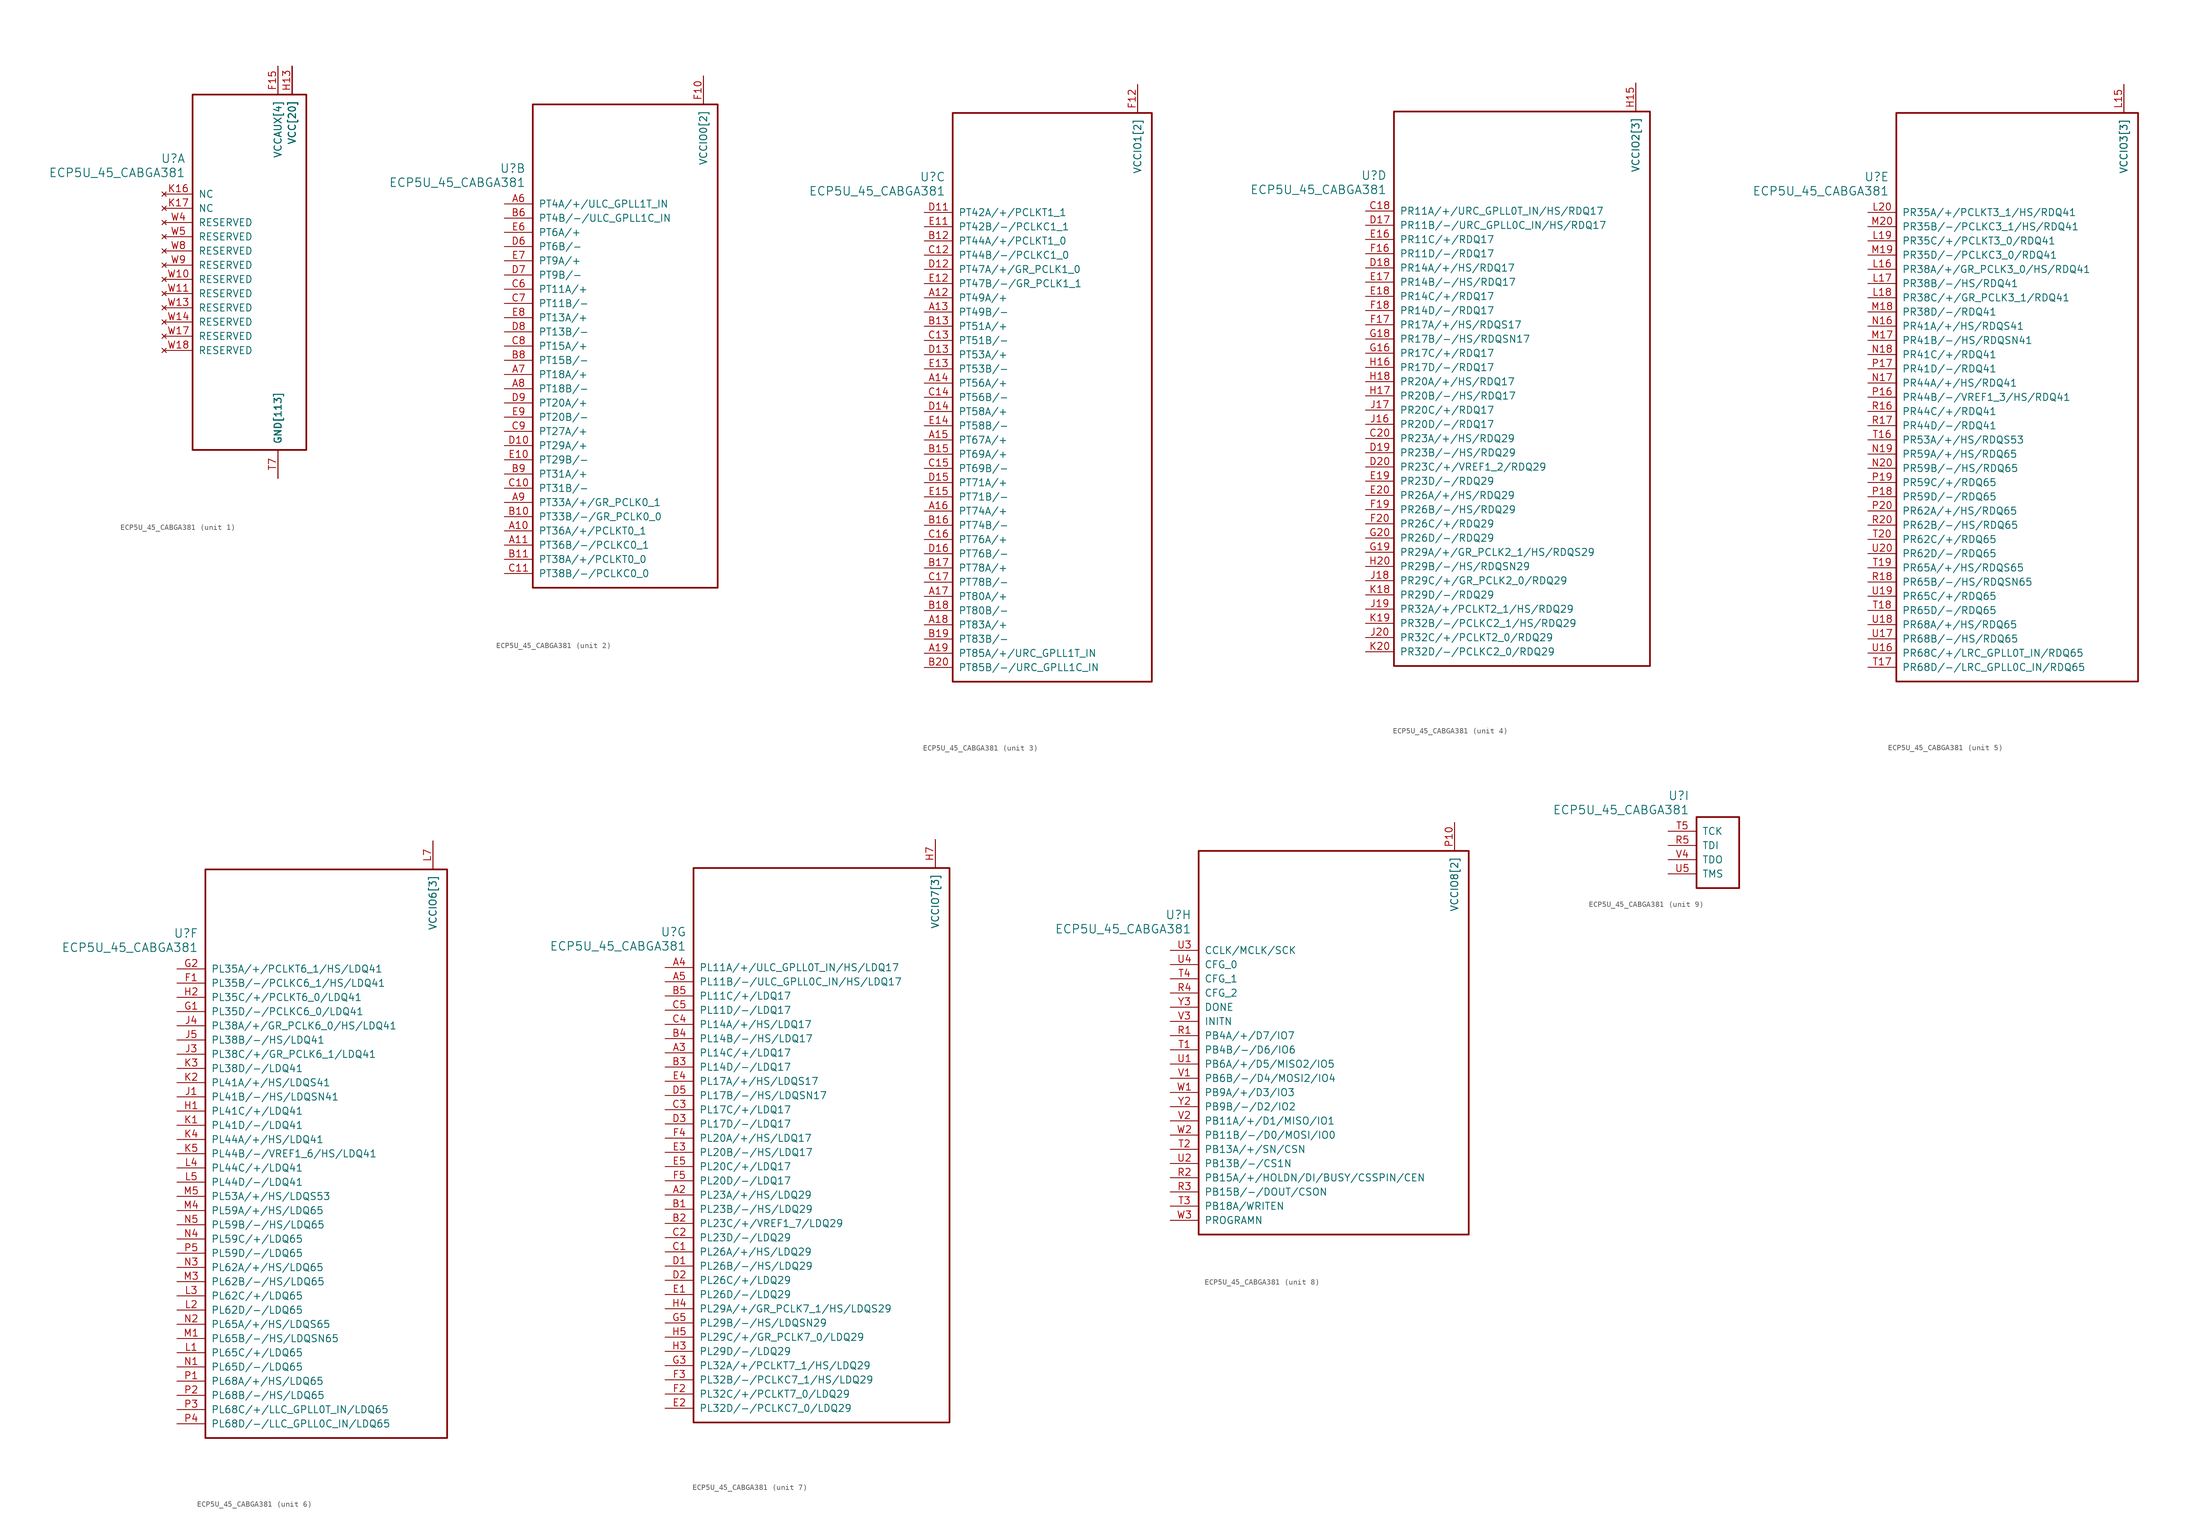
<source format=kicad_sym>
(kicad_symbol_lib
  (version 20211014)
  (generator kicad_symbol_editor)
  (symbol "ECP5U_45_CABGA381"
    (pin_names
      (offset 1.016))
    (property "Reference" "U"
      (at 3.81 6.35 0)
      (effects (font (size 1.524 1.524)) (justify right)))
    (property "Value" "ECP5U_45_CABGA381"
      (at 3.81 3.81 0)
      (effects (font (size 1.524 1.524)) (justify right)))
    (property "ki_locked" ""
      (at 0 0 0)
      (effects (font (size 1.27 1.27))))
    (symbol "ECP5U_45_CABGA381_1_1"
      (rectangle (start 5.08 17.78) (end 25.4 -45.72) (stroke (width 0.305) (type default) (color 0 0 0 0)) (fill (type none)))
      (pin power_in line (at 20.32 -50.8 90) (length 5.08) (name "GND[113]" (effects (font (size 1.27 1.27)))) (number "B14" (effects (font (size 0 0)))))
      (pin power_in line (at 20.32 -50.8 90) (length 5.08) (name "GND[113]" (effects (font (size 1.27 1.27)))) (number "B7" (effects (font (size 0 0)))))
      (pin power_in line (at 20.32 -50.8 90) (length 5.08) (name "GND[113]" (effects (font (size 1.27 1.27)))) (number "C19" (effects (font (size 0 0)))))
      (pin power_in line (at 20.32 -50.8 90) (length 5.08) (name "GND[113]" (effects (font (size 1.27 1.27)))) (number "D4" (effects (font (size 0 0)))))
      (pin power_in line (at 20.32 -50.8 90) (length 5.08) (name "GND[113]" (effects (font (size 1.27 1.27)))) (number "F13" (effects (font (size 0 0)))))
      (pin power_in line (at 20.32 -50.8 90) (length 5.08) (name "GND[113]" (effects (font (size 1.27 1.27)))) (number "F14" (effects (font (size 0 0)))))
      (pin power_in line (at 20.32 22.86 270) (length 5.08) (name "VCCAUX[4]" (effects (font (size 1.27 1.27)))) (number "F15" (effects (font (size 1.27 1.27)))))
      (pin power_in line (at 20.32 22.86 270) (length 5.08) (name "VCCAUX[4]" (effects (font (size 1.27 1.27)))) (number "F6" (effects (font (size 0 0)))))
      (pin power_in line (at 20.32 -50.8 90) (length 5.08) (name "GND[113]" (effects (font (size 1.27 1.27)))) (number "F7" (effects (font (size 0 0)))))
      (pin power_in line (at 20.32 -50.8 90) (length 5.08) (name "GND[113]" (effects (font (size 1.27 1.27)))) (number "F8" (effects (font (size 0 0)))))
      (pin power_in line (at 20.32 -50.8 90) (length 5.08) (name "GND[113]" (effects (font (size 1.27 1.27)))) (number "G10" (effects (font (size 0 0)))))
      (pin power_in line (at 20.32 -50.8 90) (length 5.08) (name "GND[113]" (effects (font (size 1.27 1.27)))) (number "G11" (effects (font (size 0 0)))))
      (pin power_in line (at 20.32 -50.8 90) (length 5.08) (name "GND[113]" (effects (font (size 1.27 1.27)))) (number "G12" (effects (font (size 0 0)))))
      (pin power_in line (at 20.32 -50.8 90) (length 5.08) (name "GND[113]" (effects (font (size 1.27 1.27)))) (number "G13" (effects (font (size 0 0)))))
      (pin power_in line (at 20.32 -50.8 90) (length 5.08) (name "GND[113]" (effects (font (size 1.27 1.27)))) (number "G14" (effects (font (size 0 0)))))
      (pin power_in line (at 20.32 -50.8 90) (length 5.08) (name "GND[113]" (effects (font (size 1.27 1.27)))) (number "G15" (effects (font (size 0 0)))))
      (pin power_in line (at 20.32 -50.8 90) (length 5.08) (name "GND[113]" (effects (font (size 1.27 1.27)))) (number "G17" (effects (font (size 0 0)))))
      (pin power_in line (at 20.32 -50.8 90) (length 5.08) (name "GND[113]" (effects (font (size 1.27 1.27)))) (number "G4" (effects (font (size 0 0)))))
      (pin power_in line (at 20.32 -50.8 90) (length 5.08) (name "GND[113]" (effects (font (size 1.27 1.27)))) (number "G6" (effects (font (size 0 0)))))
      (pin power_in line (at 20.32 -50.8 90) (length 5.08) (name "GND[113]" (effects (font (size 1.27 1.27)))) (number "G7" (effects (font (size 0 0)))))
      (pin power_in line (at 20.32 -50.8 90) (length 5.08) (name "GND[113]" (effects (font (size 1.27 1.27)))) (number "G8" (effects (font (size 0 0)))))
      (pin power_in line (at 20.32 -50.8 90) (length 5.08) (name "GND[113]" (effects (font (size 1.27 1.27)))) (number "G9" (effects (font (size 0 0)))))
      (pin power_in line (at 22.86 22.86 270) (length 5.08) (name "VCC[20]" (effects (font (size 1.27 1.27)))) (number "H10" (effects (font (size 0 0)))))
      (pin power_in line (at 22.86 22.86 270) (length 5.08) (name "VCC[20]" (effects (font (size 1.27 1.27)))) (number "H11" (effects (font (size 0 0)))))
      (pin power_in line (at 22.86 22.86 270) (length 5.08) (name "VCC[20]" (effects (font (size 1.27 1.27)))) (number "H12" (effects (font (size 0 0)))))
      (pin power_in line (at 22.86 22.86 270) (length 5.08) (name "VCC[20]" (effects (font (size 1.27 1.27)))) (number "H13" (effects (font (size 1.27 1.27)))))
      (pin power_in line (at 20.32 -50.8 90) (length 5.08) (name "GND[113]" (effects (font (size 1.27 1.27)))) (number "H19" (effects (font (size 0 0)))))
      (pin power_in line (at 22.86 22.86 270) (length 5.08) (name "VCC[20]" (effects (font (size 1.27 1.27)))) (number "H8" (effects (font (size 0 0)))))
      (pin power_in line (at 22.86 22.86 270) (length 5.08) (name "VCC[20]" (effects (font (size 1.27 1.27)))) (number "H9" (effects (font (size 0 0)))))
      (pin power_in line (at 20.32 -50.8 90) (length 5.08) (name "GND[113]" (effects (font (size 1.27 1.27)))) (number "J10" (effects (font (size 0 0)))))
      (pin power_in line (at 20.32 -50.8 90) (length 5.08) (name "GND[113]" (effects (font (size 1.27 1.27)))) (number "J11" (effects (font (size 0 0)))))
      (pin power_in line (at 20.32 -50.8 90) (length 5.08) (name "GND[113]" (effects (font (size 1.27 1.27)))) (number "J12" (effects (font (size 0 0)))))
      (pin power_in line (at 22.86 22.86 270) (length 5.08) (name "VCC[20]" (effects (font (size 1.27 1.27)))) (number "J13" (effects (font (size 0 0)))))
      (pin power_in line (at 20.32 -50.8 90) (length 5.08) (name "GND[113]" (effects (font (size 1.27 1.27)))) (number "J14" (effects (font (size 0 0)))))
      (pin power_in line (at 20.32 -50.8 90) (length 5.08) (name "GND[113]" (effects (font (size 1.27 1.27)))) (number "J2" (effects (font (size 0 0)))))
      (pin power_in line (at 20.32 -50.8 90) (length 5.08) (name "GND[113]" (effects (font (size 1.27 1.27)))) (number "J7" (effects (font (size 0 0)))))
      (pin power_in line (at 22.86 22.86 270) (length 5.08) (name "VCC[20]" (effects (font (size 1.27 1.27)))) (number "J8" (effects (font (size 0 0)))))
      (pin power_in line (at 20.32 -50.8 90) (length 5.08) (name "GND[113]" (effects (font (size 1.27 1.27)))) (number "J9" (effects (font (size 0 0)))))
      (pin power_in line (at 20.32 -50.8 90) (length 5.08) (name "GND[113]" (effects (font (size 1.27 1.27)))) (number "K10" (effects (font (size 0 0)))))
      (pin power_in line (at 20.32 -50.8 90) (length 5.08) (name "GND[113]" (effects (font (size 1.27 1.27)))) (number "K11" (effects (font (size 0 0)))))
      (pin power_in line (at 20.32 -50.8 90) (length 5.08) (name "GND[113]" (effects (font (size 1.27 1.27)))) (number "K12" (effects (font (size 0 0)))))
      (pin power_in line (at 22.86 22.86 270) (length 5.08) (name "VCC[20]" (effects (font (size 1.27 1.27)))) (number "K13" (effects (font (size 0 0)))))
      (pin power_in line (at 20.32 -50.8 90) (length 5.08) (name "GND[113]" (effects (font (size 1.27 1.27)))) (number "K14" (effects (font (size 0 0)))))
      (pin power_in line (at 20.32 -50.8 90) (length 5.08) (name "GND[113]" (effects (font (size 1.27 1.27)))) (number "K15" (effects (font (size 0 0)))))
      (pin no_connect line (at 0 0 0) (length 5.08) (name "NC" (effects (font (size 1.27 1.27)))) (number "K16" (effects (font (size 1.27 1.27)))))
      (pin no_connect line (at 0 -2.54 0) (length 5.08) (name "NC" (effects (font (size 1.27 1.27)))) (number "K17" (effects (font (size 1.27 1.27)))))
      (pin power_in line (at 20.32 -50.8 90) (length 5.08) (name "GND[113]" (effects (font (size 1.27 1.27)))) (number "K6" (effects (font (size 0 0)))))
      (pin power_in line (at 20.32 -50.8 90) (length 5.08) (name "GND[113]" (effects (font (size 1.27 1.27)))) (number "K7" (effects (font (size 0 0)))))
      (pin power_in line (at 22.86 22.86 270) (length 5.08) (name "VCC[20]" (effects (font (size 1.27 1.27)))) (number "K8" (effects (font (size 0 0)))))
      (pin power_in line (at 20.32 -50.8 90) (length 5.08) (name "GND[113]" (effects (font (size 1.27 1.27)))) (number "K9" (effects (font (size 0 0)))))
      (pin power_in line (at 20.32 -50.8 90) (length 5.08) (name "GND[113]" (effects (font (size 1.27 1.27)))) (number "L10" (effects (font (size 0 0)))))
      (pin power_in line (at 20.32 -50.8 90) (length 5.08) (name "GND[113]" (effects (font (size 1.27 1.27)))) (number "L11" (effects (font (size 0 0)))))
      (pin power_in line (at 20.32 -50.8 90) (length 5.08) (name "GND[113]" (effects (font (size 1.27 1.27)))) (number "L12" (effects (font (size 0 0)))))
      (pin power_in line (at 22.86 22.86 270) (length 5.08) (name "VCC[20]" (effects (font (size 1.27 1.27)))) (number "L13" (effects (font (size 0 0)))))
      (pin power_in line (at 22.86 22.86 270) (length 5.08) (name "VCC[20]" (effects (font (size 1.27 1.27)))) (number "L8" (effects (font (size 0 0)))))
      (pin power_in line (at 20.32 -50.8 90) (length 5.08) (name "GND[113]" (effects (font (size 1.27 1.27)))) (number "L9" (effects (font (size 0 0)))))
      (pin power_in line (at 20.32 -50.8 90) (length 5.08) (name "GND[113]" (effects (font (size 1.27 1.27)))) (number "M10" (effects (font (size 0 0)))))
      (pin power_in line (at 20.32 -50.8 90) (length 5.08) (name "GND[113]" (effects (font (size 1.27 1.27)))) (number "M11" (effects (font (size 0 0)))))
      (pin power_in line (at 20.32 -50.8 90) (length 5.08) (name "GND[113]" (effects (font (size 1.27 1.27)))) (number "M12" (effects (font (size 0 0)))))
      (pin power_in line (at 22.86 22.86 270) (length 5.08) (name "VCC[20]" (effects (font (size 1.27 1.27)))) (number "M13" (effects (font (size 0 0)))))
      (pin power_in line (at 20.32 -50.8 90) (length 5.08) (name "GND[113]" (effects (font (size 1.27 1.27)))) (number "M14" (effects (font (size 0 0)))))
      (pin power_in line (at 20.32 -50.8 90) (length 5.08) (name "GND[113]" (effects (font (size 1.27 1.27)))) (number "M16" (effects (font (size 0 0)))))
      (pin power_in line (at 20.32 -50.8 90) (length 5.08) (name "GND[113]" (effects (font (size 1.27 1.27)))) (number "M2" (effects (font (size 0 0)))))
      (pin power_in line (at 20.32 -50.8 90) (length 5.08) (name "GND[113]" (effects (font (size 1.27 1.27)))) (number "M7" (effects (font (size 0 0)))))
      (pin power_in line (at 22.86 22.86 270) (length 5.08) (name "VCC[20]" (effects (font (size 1.27 1.27)))) (number "M8" (effects (font (size 0 0)))))
      (pin power_in line (at 20.32 -50.8 90) (length 5.08) (name "GND[113]" (effects (font (size 1.27 1.27)))) (number "M9" (effects (font (size 0 0)))))
      (pin power_in line (at 22.86 22.86 270) (length 5.08) (name "VCC[20]" (effects (font (size 1.27 1.27)))) (number "N10" (effects (font (size 0 0)))))
      (pin power_in line (at 22.86 22.86 270) (length 5.08) (name "VCC[20]" (effects (font (size 1.27 1.27)))) (number "N11" (effects (font (size 0 0)))))
      (pin power_in line (at 22.86 22.86 270) (length 5.08) (name "VCC[20]" (effects (font (size 1.27 1.27)))) (number "N12" (effects (font (size 0 0)))))
      (pin power_in line (at 22.86 22.86 270) (length 5.08) (name "VCC[20]" (effects (font (size 1.27 1.27)))) (number "N13" (effects (font (size 0 0)))))
      (pin power_in line (at 20.32 -50.8 90) (length 5.08) (name "GND[113]" (effects (font (size 1.27 1.27)))) (number "N14" (effects (font (size 0 0)))))
      (pin power_in line (at 20.32 -50.8 90) (length 5.08) (name "GND[113]" (effects (font (size 1.27 1.27)))) (number "N15" (effects (font (size 0 0)))))
      (pin power_in line (at 20.32 -50.8 90) (length 5.08) (name "GND[113]" (effects (font (size 1.27 1.27)))) (number "N6" (effects (font (size 0 0)))))
      (pin power_in line (at 20.32 -50.8 90) (length 5.08) (name "GND[113]" (effects (font (size 1.27 1.27)))) (number "N7" (effects (font (size 0 0)))))
      (pin power_in line (at 22.86 22.86 270) (length 5.08) (name "VCC[20]" (effects (font (size 1.27 1.27)))) (number "N8" (effects (font (size 0 0)))))
      (pin power_in line (at 22.86 22.86 270) (length 5.08) (name "VCC[20]" (effects (font (size 1.27 1.27)))) (number "N9" (effects (font (size 0 0)))))
      (pin power_in line (at 20.32 -50.8 90) (length 5.08) (name "GND[113]" (effects (font (size 1.27 1.27)))) (number "P11" (effects (font (size 0 0)))))
      (pin power_in line (at 20.32 -50.8 90) (length 5.08) (name "GND[113]" (effects (font (size 1.27 1.27)))) (number "P12" (effects (font (size 0 0)))))
      (pin power_in line (at 20.32 -50.8 90) (length 5.08) (name "GND[113]" (effects (font (size 1.27 1.27)))) (number "P13" (effects (font (size 0 0)))))
      (pin power_in line (at 20.32 -50.8 90) (length 5.08) (name "GND[113]" (effects (font (size 1.27 1.27)))) (number "P14" (effects (font (size 0 0)))))
      (pin power_in line (at 20.32 22.86 270) (length 5.08) (name "VCCAUX[4]" (effects (font (size 1.27 1.27)))) (number "P15" (effects (font (size 0 0)))))
      (pin power_in line (at 20.32 22.86 270) (length 5.08) (name "VCCAUX[4]" (effects (font (size 1.27 1.27)))) (number "P6" (effects (font (size 0 0)))))
      (pin power_in line (at 20.32 -50.8 90) (length 5.08) (name "GND[113]" (effects (font (size 1.27 1.27)))) (number "P7" (effects (font (size 0 0)))))
      (pin power_in line (at 20.32 -50.8 90) (length 5.08) (name "GND[113]" (effects (font (size 1.27 1.27)))) (number "P8" (effects (font (size 0 0)))))
      (pin power_in line (at 20.32 -50.8 90) (length 5.08) (name "GND[113]" (effects (font (size 1.27 1.27)))) (number "R19" (effects (font (size 0 0)))))
      (pin power_in line (at 20.32 -50.8 90) (length 5.08) (name "GND[113]" (effects (font (size 1.27 1.27)))) (number "T10" (effects (font (size 0 0)))))
      (pin power_in line (at 20.32 -50.8 90) (length 5.08) (name "GND[113]" (effects (font (size 1.27 1.27)))) (number "T11" (effects (font (size 0 0)))))
      (pin power_in line (at 20.32 -50.8 90) (length 5.08) (name "GND[113]" (effects (font (size 1.27 1.27)))) (number "T12" (effects (font (size 0 0)))))
      (pin power_in line (at 20.32 -50.8 90) (length 5.08) (name "GND[113]" (effects (font (size 1.27 1.27)))) (number "T13" (effects (font (size 0 0)))))
      (pin power_in line (at 20.32 -50.8 90) (length 5.08) (name "GND[113]" (effects (font (size 1.27 1.27)))) (number "T14" (effects (font (size 0 0)))))
      (pin power_in line (at 20.32 -50.8 90) (length 5.08) (name "GND[113]" (effects (font (size 1.27 1.27)))) (number "T15" (effects (font (size 0 0)))))
      (pin power_in line (at 20.32 -50.8 90) (length 5.08) (name "GND[113]" (effects (font (size 1.27 1.27)))) (number "T6" (effects (font (size 0 0)))))
      (pin power_in line (at 20.32 -50.8 90) (length 5.08) (name "GND[113]" (effects (font (size 1.27 1.27)))) (number "T7" (effects (font (size 1.27 1.27)))))
      (pin power_in line (at 20.32 -50.8 90) (length 5.08) (name "GND[113]" (effects (font (size 1.27 1.27)))) (number "T8" (effects (font (size 0 0)))))
      (pin power_in line (at 20.32 -50.8 90) (length 5.08) (name "GND[113]" (effects (font (size 1.27 1.27)))) (number "T9" (effects (font (size 0 0)))))
      (pin power_in line (at 20.32 -50.8 90) (length 5.08) (name "GND[113]" (effects (font (size 1.27 1.27)))) (number "U10" (effects (font (size 0 0)))))
      (pin power_in line (at 20.32 -50.8 90) (length 5.08) (name "GND[113]" (effects (font (size 1.27 1.27)))) (number "U11" (effects (font (size 0 0)))))
      (pin power_in line (at 20.32 -50.8 90) (length 5.08) (name "GND[113]" (effects (font (size 1.27 1.27)))) (number "U12" (effects (font (size 0 0)))))
      (pin power_in line (at 20.32 -50.8 90) (length 5.08) (name "GND[113]" (effects (font (size 1.27 1.27)))) (number "U13" (effects (font (size 0 0)))))
      (pin power_in line (at 20.32 -50.8 90) (length 5.08) (name "GND[113]" (effects (font (size 1.27 1.27)))) (number "U14" (effects (font (size 0 0)))))
      (pin power_in line (at 20.32 -50.8 90) (length 5.08) (name "GND[113]" (effects (font (size 1.27 1.27)))) (number "U15" (effects (font (size 0 0)))))
      (pin power_in line (at 20.32 -50.8 90) (length 5.08) (name "GND[113]" (effects (font (size 1.27 1.27)))) (number "U6" (effects (font (size 0 0)))))
      (pin power_in line (at 20.32 -50.8 90) (length 5.08) (name "GND[113]" (effects (font (size 1.27 1.27)))) (number "U7" (effects (font (size 0 0)))))
      (pin power_in line (at 20.32 -50.8 90) (length 5.08) (name "GND[113]" (effects (font (size 1.27 1.27)))) (number "U8" (effects (font (size 0 0)))))
      (pin power_in line (at 20.32 -50.8 90) (length 5.08) (name "GND[113]" (effects (font (size 1.27 1.27)))) (number "U9" (effects (font (size 0 0)))))
      (pin power_in line (at 20.32 -50.8 90) (length 5.08) (name "GND[113]" (effects (font (size 1.27 1.27)))) (number "V10" (effects (font (size 0 0)))))
      (pin power_in line (at 20.32 -50.8 90) (length 5.08) (name "GND[113]" (effects (font (size 1.27 1.27)))) (number "V11" (effects (font (size 0 0)))))
      (pin power_in line (at 20.32 -50.8 90) (length 5.08) (name "GND[113]" (effects (font (size 1.27 1.27)))) (number "V12" (effects (font (size 0 0)))))
      (pin power_in line (at 20.32 -50.8 90) (length 5.08) (name "GND[113]" (effects (font (size 1.27 1.27)))) (number "V13" (effects (font (size 0 0)))))
      (pin power_in line (at 20.32 -50.8 90) (length 5.08) (name "GND[113]" (effects (font (size 1.27 1.27)))) (number "V14" (effects (font (size 0 0)))))
      (pin power_in line (at 20.32 -50.8 90) (length 5.08) (name "GND[113]" (effects (font (size 1.27 1.27)))) (number "V15" (effects (font (size 0 0)))))
      (pin power_in line (at 20.32 -50.8 90) (length 5.08) (name "GND[113]" (effects (font (size 1.27 1.27)))) (number "V16" (effects (font (size 0 0)))))
      (pin power_in line (at 20.32 -50.8 90) (length 5.08) (name "GND[113]" (effects (font (size 1.27 1.27)))) (number "V17" (effects (font (size 0 0)))))
      (pin power_in line (at 20.32 -50.8 90) (length 5.08) (name "GND[113]" (effects (font (size 1.27 1.27)))) (number "V18" (effects (font (size 0 0)))))
      (pin power_in line (at 20.32 -50.8 90) (length 5.08) (name "GND[113]" (effects (font (size 1.27 1.27)))) (number "V19" (effects (font (size 0 0)))))
      (pin power_in line (at 20.32 -50.8 90) (length 5.08) (name "GND[113]" (effects (font (size 1.27 1.27)))) (number "V20" (effects (font (size 0 0)))))
      (pin power_in line (at 20.32 -50.8 90) (length 5.08) (name "GND[113]" (effects (font (size 1.27 1.27)))) (number "V5" (effects (font (size 0 0)))))
      (pin power_in line (at 20.32 -50.8 90) (length 5.08) (name "GND[113]" (effects (font (size 1.27 1.27)))) (number "V6" (effects (font (size 0 0)))))
      (pin power_in line (at 20.32 -50.8 90) (length 5.08) (name "GND[113]" (effects (font (size 1.27 1.27)))) (number "V7" (effects (font (size 0 0)))))
      (pin power_in line (at 20.32 -50.8 90) (length 5.08) (name "GND[113]" (effects (font (size 1.27 1.27)))) (number "V8" (effects (font (size 0 0)))))
      (pin power_in line (at 20.32 -50.8 90) (length 5.08) (name "GND[113]" (effects (font (size 1.27 1.27)))) (number "V9" (effects (font (size 0 0)))))
      (pin no_connect line (at 0 -15.24 0) (length 5.08) (name "RESERVED" (effects (font (size 1.27 1.27)))) (number "W10" (effects (font (size 1.27 1.27)))))
      (pin no_connect line (at 0 -17.78 0) (length 5.08) (name "RESERVED" (effects (font (size 1.27 1.27)))) (number "W11" (effects (font (size 1.27 1.27)))))
      (pin power_in line (at 20.32 -50.8 90) (length 5.08) (name "GND[113]" (effects (font (size 1.27 1.27)))) (number "W12" (effects (font (size 0 0)))))
      (pin no_connect line (at 0 -20.32 0) (length 5.08) (name "RESERVED" (effects (font (size 1.27 1.27)))) (number "W13" (effects (font (size 1.27 1.27)))))
      (pin no_connect line (at 0 -22.86 0) (length 5.08) (name "RESERVED" (effects (font (size 1.27 1.27)))) (number "W14" (effects (font (size 1.27 1.27)))))
      (pin power_in line (at 20.32 -50.8 90) (length 5.08) (name "GND[113]" (effects (font (size 1.27 1.27)))) (number "W15" (effects (font (size 0 0)))))
      (pin power_in line (at 20.32 -50.8 90) (length 5.08) (name "GND[113]" (effects (font (size 1.27 1.27)))) (number "W16" (effects (font (size 0 0)))))
      (pin no_connect line (at 0 -25.4 0) (length 5.08) (name "RESERVED" (effects (font (size 1.27 1.27)))) (number "W17" (effects (font (size 1.27 1.27)))))
      (pin no_connect line (at 0 -27.94 0) (length 5.08) (name "RESERVED" (effects (font (size 1.27 1.27)))) (number "W18" (effects (font (size 1.27 1.27)))))
      (pin power_in line (at 20.32 -50.8 90) (length 5.08) (name "GND[113]" (effects (font (size 1.27 1.27)))) (number "W19" (effects (font (size 0 0)))))
      (pin power_in line (at 20.32 -50.8 90) (length 5.08) (name "GND[113]" (effects (font (size 1.27 1.27)))) (number "W20" (effects (font (size 0 0)))))
      (pin no_connect line (at 0 -5.08 0) (length 5.08) (name "RESERVED" (effects (font (size 1.27 1.27)))) (number "W4" (effects (font (size 1.27 1.27)))))
      (pin no_connect line (at 0 -7.62 0) (length 5.08) (name "RESERVED" (effects (font (size 1.27 1.27)))) (number "W5" (effects (font (size 1.27 1.27)))))
      (pin power_in line (at 20.32 -50.8 90) (length 5.08) (name "GND[113]" (effects (font (size 1.27 1.27)))) (number "W6" (effects (font (size 0 0)))))
      (pin power_in line (at 20.32 -50.8 90) (length 5.08) (name "GND[113]" (effects (font (size 1.27 1.27)))) (number "W7" (effects (font (size 0 0)))))
      (pin no_connect line (at 0 -10.16 0) (length 5.08) (name "RESERVED" (effects (font (size 1.27 1.27)))) (number "W8" (effects (font (size 1.27 1.27)))))
      (pin no_connect line (at 0 -12.7 0) (length 5.08) (name "RESERVED" (effects (font (size 1.27 1.27)))) (number "W9" (effects (font (size 1.27 1.27)))))
      (pin power_in line (at 20.32 -50.8 90) (length 5.08) (name "GND[113]" (effects (font (size 1.27 1.27)))) (number "Y11" (effects (font (size 0 0)))))
      (pin power_in line (at 20.32 -50.8 90) (length 5.08) (name "GND[113]" (effects (font (size 1.27 1.27)))) (number "Y12" (effects (font (size 0 0)))))
      (pin power_in line (at 20.32 -50.8 90) (length 5.08) (name "GND[113]" (effects (font (size 1.27 1.27)))) (number "Y14" (effects (font (size 0 0)))))
      (pin power_in line (at 20.32 -50.8 90) (length 5.08) (name "GND[113]" (effects (font (size 1.27 1.27)))) (number "Y15" (effects (font (size 0 0)))))
      (pin power_in line (at 20.32 -50.8 90) (length 5.08) (name "GND[113]" (effects (font (size 1.27 1.27)))) (number "Y16" (effects (font (size 0 0)))))
      (pin power_in line (at 20.32 -50.8 90) (length 5.08) (name "GND[113]" (effects (font (size 1.27 1.27)))) (number "Y17" (effects (font (size 0 0)))))
      (pin power_in line (at 20.32 -50.8 90) (length 5.08) (name "GND[113]" (effects (font (size 1.27 1.27)))) (number "Y19" (effects (font (size 0 0)))))
      (pin power_in line (at 20.32 -50.8 90) (length 5.08) (name "GND[113]" (effects (font (size 1.27 1.27)))) (number "Y5" (effects (font (size 0 0)))))
      (pin power_in line (at 20.32 -50.8 90) (length 5.08) (name "GND[113]" (effects (font (size 1.27 1.27)))) (number "Y6" (effects (font (size 0 0)))))
      (pin power_in line (at 20.32 -50.8 90) (length 5.08) (name "GND[113]" (effects (font (size 1.27 1.27)))) (number "Y7" (effects (font (size 0 0)))))
      (pin power_in line (at 20.32 -50.8 90) (length 5.08) (name "GND[113]" (effects (font (size 1.27 1.27)))) (number "Y8" (effects (font (size 0 0))))))
    (symbol "ECP5U_45_CABGA381_2_1"
      (rectangle (start 5.08 17.78) (end 38.1 -68.58) (stroke (width 0.305) (type default) (color 0 0 0 0)) (fill (type none)))
      (pin bidirectional line (at 0 -58.42 0) (length 5.08) (name "PT36A/+/PCLKT0_1" (effects (font (size 1.27 1.27)))) (number "A10" (effects (font (size 1.27 1.27)))))
      (pin bidirectional line (at 0 -60.96 0) (length 5.08) (name "PT36B/-/PCLKC0_1" (effects (font (size 1.27 1.27)))) (number "A11" (effects (font (size 1.27 1.27)))))
      (pin bidirectional line (at 0 0 0) (length 5.08) (name "PT4A/+/ULC_GPLL1T_IN" (effects (font (size 1.27 1.27)))) (number "A6" (effects (font (size 1.27 1.27)))))
      (pin bidirectional line (at 0 -30.48 0) (length 5.08) (name "PT18A/+" (effects (font (size 1.27 1.27)))) (number "A7" (effects (font (size 1.27 1.27)))))
      (pin bidirectional line (at 0 -33.02 0) (length 5.08) (name "PT18B/-" (effects (font (size 1.27 1.27)))) (number "A8" (effects (font (size 1.27 1.27)))))
      (pin bidirectional line (at 0 -53.34 0) (length 5.08) (name "PT33A/+/GR_PCLK0_1" (effects (font (size 1.27 1.27)))) (number "A9" (effects (font (size 1.27 1.27)))))
      (pin bidirectional line (at 0 -55.88 0) (length 5.08) (name "PT33B/-/GR_PCLK0_0" (effects (font (size 1.27 1.27)))) (number "B10" (effects (font (size 1.27 1.27)))))
      (pin bidirectional line (at 0 -63.5 0) (length 5.08) (name "PT38A/+/PCLKT0_0" (effects (font (size 1.27 1.27)))) (number "B11" (effects (font (size 1.27 1.27)))))
      (pin bidirectional line (at 0 -2.54 0) (length 5.08) (name "PT4B/-/ULC_GPLL1C_IN" (effects (font (size 1.27 1.27)))) (number "B6" (effects (font (size 1.27 1.27)))))
      (pin bidirectional line (at 0 -27.94 0) (length 5.08) (name "PT15B/-" (effects (font (size 1.27 1.27)))) (number "B8" (effects (font (size 1.27 1.27)))))
      (pin bidirectional line (at 0 -48.26 0) (length 5.08) (name "PT31A/+" (effects (font (size 1.27 1.27)))) (number "B9" (effects (font (size 1.27 1.27)))))
      (pin bidirectional line (at 0 -50.8 0) (length 5.08) (name "PT31B/-" (effects (font (size 1.27 1.27)))) (number "C10" (effects (font (size 1.27 1.27)))))
      (pin bidirectional line (at 0 -66.04 0) (length 5.08) (name "PT38B/-/PCLKC0_0" (effects (font (size 1.27 1.27)))) (number "C11" (effects (font (size 1.27 1.27)))))
      (pin bidirectional line (at 0 -15.24 0) (length 5.08) (name "PT11A/+" (effects (font (size 1.27 1.27)))) (number "C6" (effects (font (size 1.27 1.27)))))
      (pin bidirectional line (at 0 -17.78 0) (length 5.08) (name "PT11B/-" (effects (font (size 1.27 1.27)))) (number "C7" (effects (font (size 1.27 1.27)))))
      (pin bidirectional line (at 0 -25.4 0) (length 5.08) (name "PT15A/+" (effects (font (size 1.27 1.27)))) (number "C8" (effects (font (size 1.27 1.27)))))
      (pin bidirectional line (at 0 -40.64 0) (length 5.08) (name "PT27A/+" (effects (font (size 1.27 1.27)))) (number "C9" (effects (font (size 1.27 1.27)))))
      (pin bidirectional line (at 0 -43.18 0) (length 5.08) (name "PT29A/+" (effects (font (size 1.27 1.27)))) (number "D10" (effects (font (size 1.27 1.27)))))
      (pin bidirectional line (at 0 -7.62 0) (length 5.08) (name "PT6B/-" (effects (font (size 1.27 1.27)))) (number "D6" (effects (font (size 1.27 1.27)))))
      (pin bidirectional line (at 0 -12.7 0) (length 5.08) (name "PT9B/-" (effects (font (size 1.27 1.27)))) (number "D7" (effects (font (size 1.27 1.27)))))
      (pin bidirectional line (at 0 -22.86 0) (length 5.08) (name "PT13B/-" (effects (font (size 1.27 1.27)))) (number "D8" (effects (font (size 1.27 1.27)))))
      (pin bidirectional line (at 0 -35.56 0) (length 5.08) (name "PT20A/+" (effects (font (size 1.27 1.27)))) (number "D9" (effects (font (size 1.27 1.27)))))
      (pin bidirectional line (at 0 -45.72 0) (length 5.08) (name "PT29B/-" (effects (font (size 1.27 1.27)))) (number "E10" (effects (font (size 1.27 1.27)))))
      (pin bidirectional line (at 0 -5.08 0) (length 5.08) (name "PT6A/+" (effects (font (size 1.27 1.27)))) (number "E6" (effects (font (size 1.27 1.27)))))
      (pin bidirectional line (at 0 -10.16 0) (length 5.08) (name "PT9A/+" (effects (font (size 1.27 1.27)))) (number "E7" (effects (font (size 1.27 1.27)))))
      (pin bidirectional line (at 0 -20.32 0) (length 5.08) (name "PT13A/+" (effects (font (size 1.27 1.27)))) (number "E8" (effects (font (size 1.27 1.27)))))
      (pin bidirectional line (at 0 -38.1 0) (length 5.08) (name "PT20B/-" (effects (font (size 1.27 1.27)))) (number "E9" (effects (font (size 1.27 1.27)))))
      (pin power_in line (at 35.56 22.86 270) (length 5.08) (name "VCCIO0[2]" (effects (font (size 1.27 1.27)))) (number "F10" (effects (font (size 1.27 1.27)))))
      (pin power_in line (at 35.56 22.86 270) (length 5.08) (name "VCCIO0[2]" (effects (font (size 1.27 1.27)))) (number "F9" (effects (font (size 0 0))))))
    (symbol "ECP5U_45_CABGA381_3_1"
      (rectangle (start 5.08 17.78) (end 40.64 -83.82) (stroke (width 0.305) (type default) (color 0 0 0 0)) (fill (type none)))
      (pin bidirectional line (at 0 -15.24 0) (length 5.08) (name "PT49A/+" (effects (font (size 1.27 1.27)))) (number "A12" (effects (font (size 1.27 1.27)))))
      (pin bidirectional line (at 0 -17.78 0) (length 5.08) (name "PT49B/-" (effects (font (size 1.27 1.27)))) (number "A13" (effects (font (size 1.27 1.27)))))
      (pin bidirectional line (at 0 -30.48 0) (length 5.08) (name "PT56A/+" (effects (font (size 1.27 1.27)))) (number "A14" (effects (font (size 1.27 1.27)))))
      (pin bidirectional line (at 0 -40.64 0) (length 5.08) (name "PT67A/+" (effects (font (size 1.27 1.27)))) (number "A15" (effects (font (size 1.27 1.27)))))
      (pin bidirectional line (at 0 -53.34 0) (length 5.08) (name "PT74A/+" (effects (font (size 1.27 1.27)))) (number "A16" (effects (font (size 1.27 1.27)))))
      (pin bidirectional line (at 0 -68.58 0) (length 5.08) (name "PT80A/+" (effects (font (size 1.27 1.27)))) (number "A17" (effects (font (size 1.27 1.27)))))
      (pin bidirectional line (at 0 -73.66 0) (length 5.08) (name "PT83A/+" (effects (font (size 1.27 1.27)))) (number "A18" (effects (font (size 1.27 1.27)))))
      (pin bidirectional line (at 0 -78.74 0) (length 5.08) (name "PT85A/+/URC_GPLL1T_IN" (effects (font (size 1.27 1.27)))) (number "A19" (effects (font (size 1.27 1.27)))))
      (pin bidirectional line (at 0 -5.08 0) (length 5.08) (name "PT44A/+/PCLKT1_0" (effects (font (size 1.27 1.27)))) (number "B12" (effects (font (size 1.27 1.27)))))
      (pin bidirectional line (at 0 -20.32 0) (length 5.08) (name "PT51A/+" (effects (font (size 1.27 1.27)))) (number "B13" (effects (font (size 1.27 1.27)))))
      (pin bidirectional line (at 0 -43.18 0) (length 5.08) (name "PT69A/+" (effects (font (size 1.27 1.27)))) (number "B15" (effects (font (size 1.27 1.27)))))
      (pin bidirectional line (at 0 -55.88 0) (length 5.08) (name "PT74B/-" (effects (font (size 1.27 1.27)))) (number "B16" (effects (font (size 1.27 1.27)))))
      (pin bidirectional line (at 0 -63.5 0) (length 5.08) (name "PT78A/+" (effects (font (size 1.27 1.27)))) (number "B17" (effects (font (size 1.27 1.27)))))
      (pin bidirectional line (at 0 -71.12 0) (length 5.08) (name "PT80B/-" (effects (font (size 1.27 1.27)))) (number "B18" (effects (font (size 1.27 1.27)))))
      (pin bidirectional line (at 0 -76.2 0) (length 5.08) (name "PT83B/-" (effects (font (size 1.27 1.27)))) (number "B19" (effects (font (size 1.27 1.27)))))
      (pin bidirectional line (at 0 -81.28 0) (length 5.08) (name "PT85B/-/URC_GPLL1C_IN" (effects (font (size 1.27 1.27)))) (number "B20" (effects (font (size 1.27 1.27)))))
      (pin bidirectional line (at 0 -7.62 0) (length 5.08) (name "PT44B/-/PCLKC1_0" (effects (font (size 1.27 1.27)))) (number "C12" (effects (font (size 1.27 1.27)))))
      (pin bidirectional line (at 0 -22.86 0) (length 5.08) (name "PT51B/-" (effects (font (size 1.27 1.27)))) (number "C13" (effects (font (size 1.27 1.27)))))
      (pin bidirectional line (at 0 -33.02 0) (length 5.08) (name "PT56B/-" (effects (font (size 1.27 1.27)))) (number "C14" (effects (font (size 1.27 1.27)))))
      (pin bidirectional line (at 0 -45.72 0) (length 5.08) (name "PT69B/-" (effects (font (size 1.27 1.27)))) (number "C15" (effects (font (size 1.27 1.27)))))
      (pin bidirectional line (at 0 -58.42 0) (length 5.08) (name "PT76A/+" (effects (font (size 1.27 1.27)))) (number "C16" (effects (font (size 1.27 1.27)))))
      (pin bidirectional line (at 0 -66.04 0) (length 5.08) (name "PT78B/-" (effects (font (size 1.27 1.27)))) (number "C17" (effects (font (size 1.27 1.27)))))
      (pin bidirectional line (at 0 0 0) (length 5.08) (name "PT42A/+/PCLKT1_1" (effects (font (size 1.27 1.27)))) (number "D11" (effects (font (size 1.27 1.27)))))
      (pin bidirectional line (at 0 -10.16 0) (length 5.08) (name "PT47A/+/GR_PCLK1_0" (effects (font (size 1.27 1.27)))) (number "D12" (effects (font (size 1.27 1.27)))))
      (pin bidirectional line (at 0 -25.4 0) (length 5.08) (name "PT53A/+" (effects (font (size 1.27 1.27)))) (number "D13" (effects (font (size 1.27 1.27)))))
      (pin bidirectional line (at 0 -35.56 0) (length 5.08) (name "PT58A/+" (effects (font (size 1.27 1.27)))) (number "D14" (effects (font (size 1.27 1.27)))))
      (pin bidirectional line (at 0 -48.26 0) (length 5.08) (name "PT71A/+" (effects (font (size 1.27 1.27)))) (number "D15" (effects (font (size 1.27 1.27)))))
      (pin bidirectional line (at 0 -60.96 0) (length 5.08) (name "PT76B/-" (effects (font (size 1.27 1.27)))) (number "D16" (effects (font (size 1.27 1.27)))))
      (pin bidirectional line (at 0 -2.54 0) (length 5.08) (name "PT42B/-/PCLKC1_1" (effects (font (size 1.27 1.27)))) (number "E11" (effects (font (size 1.27 1.27)))))
      (pin bidirectional line (at 0 -12.7 0) (length 5.08) (name "PT47B/-/GR_PCLK1_1" (effects (font (size 1.27 1.27)))) (number "E12" (effects (font (size 1.27 1.27)))))
      (pin bidirectional line (at 0 -27.94 0) (length 5.08) (name "PT53B/-" (effects (font (size 1.27 1.27)))) (number "E13" (effects (font (size 1.27 1.27)))))
      (pin bidirectional line (at 0 -38.1 0) (length 5.08) (name "PT58B/-" (effects (font (size 1.27 1.27)))) (number "E14" (effects (font (size 1.27 1.27)))))
      (pin bidirectional line (at 0 -50.8 0) (length 5.08) (name "PT71B/-" (effects (font (size 1.27 1.27)))) (number "E15" (effects (font (size 1.27 1.27)))))
      (pin power_in line (at 38.1 22.86 270) (length 5.08) (name "VCCIO1[2]" (effects (font (size 1.27 1.27)))) (number "F11" (effects (font (size 0 0)))))
      (pin power_in line (at 38.1 22.86 270) (length 5.08) (name "VCCIO1[2]" (effects (font (size 1.27 1.27)))) (number "F12" (effects (font (size 1.27 1.27))))))
    (symbol "ECP5U_45_CABGA381_4_1"
      (rectangle (start 5.08 17.78) (end 50.8 -81.28) (stroke (width 0.305) (type default) (color 0 0 0 0)) (fill (type none)))
      (pin bidirectional line (at 0 0 0) (length 5.08) (name "PR11A/+/URC_GPLL0T_IN/HS/RDQ17" (effects (font (size 1.27 1.27)))) (number "C18" (effects (font (size 1.27 1.27)))))
      (pin bidirectional line (at 0 -40.64 0) (length 5.08) (name "PR23A/+/HS/RDQ29" (effects (font (size 1.27 1.27)))) (number "C20" (effects (font (size 1.27 1.27)))))
      (pin bidirectional line (at 0 -2.54 0) (length 5.08) (name "PR11B/-/URC_GPLL0C_IN/HS/RDQ17" (effects (font (size 1.27 1.27)))) (number "D17" (effects (font (size 1.27 1.27)))))
      (pin bidirectional line (at 0 -10.16 0) (length 5.08) (name "PR14A/+/HS/RDQ17" (effects (font (size 1.27 1.27)))) (number "D18" (effects (font (size 1.27 1.27)))))
      (pin bidirectional line (at 0 -43.18 0) (length 5.08) (name "PR23B/-/HS/RDQ29" (effects (font (size 1.27 1.27)))) (number "D19" (effects (font (size 1.27 1.27)))))
      (pin bidirectional line (at 0 -45.72 0) (length 5.08) (name "PR23C/+/VREF1_2/RDQ29" (effects (font (size 1.27 1.27)))) (number "D20" (effects (font (size 1.27 1.27)))))
      (pin bidirectional line (at 0 -5.08 0) (length 5.08) (name "PR11C/+/RDQ17" (effects (font (size 1.27 1.27)))) (number "E16" (effects (font (size 1.27 1.27)))))
      (pin bidirectional line (at 0 -12.7 0) (length 5.08) (name "PR14B/-/HS/RDQ17" (effects (font (size 1.27 1.27)))) (number "E17" (effects (font (size 1.27 1.27)))))
      (pin bidirectional line (at 0 -15.24 0) (length 5.08) (name "PR14C/+/RDQ17" (effects (font (size 1.27 1.27)))) (number "E18" (effects (font (size 1.27 1.27)))))
      (pin bidirectional line (at 0 -48.26 0) (length 5.08) (name "PR23D/-/RDQ29" (effects (font (size 1.27 1.27)))) (number "E19" (effects (font (size 1.27 1.27)))))
      (pin bidirectional line (at 0 -50.8 0) (length 5.08) (name "PR26A/+/HS/RDQ29" (effects (font (size 1.27 1.27)))) (number "E20" (effects (font (size 1.27 1.27)))))
      (pin bidirectional line (at 0 -7.62 0) (length 5.08) (name "PR11D/-/RDQ17" (effects (font (size 1.27 1.27)))) (number "F16" (effects (font (size 1.27 1.27)))))
      (pin bidirectional line (at 0 -20.32 0) (length 5.08) (name "PR17A/+/HS/RDQS17" (effects (font (size 1.27 1.27)))) (number "F17" (effects (font (size 1.27 1.27)))))
      (pin bidirectional line (at 0 -17.78 0) (length 5.08) (name "PR14D/-/RDQ17" (effects (font (size 1.27 1.27)))) (number "F18" (effects (font (size 1.27 1.27)))))
      (pin bidirectional line (at 0 -53.34 0) (length 5.08) (name "PR26B/-/HS/RDQ29" (effects (font (size 1.27 1.27)))) (number "F19" (effects (font (size 1.27 1.27)))))
      (pin bidirectional line (at 0 -55.88 0) (length 5.08) (name "PR26C/+/RDQ29" (effects (font (size 1.27 1.27)))) (number "F20" (effects (font (size 1.27 1.27)))))
      (pin bidirectional line (at 0 -25.4 0) (length 5.08) (name "PR17C/+/RDQ17" (effects (font (size 1.27 1.27)))) (number "G16" (effects (font (size 1.27 1.27)))))
      (pin bidirectional line (at 0 -22.86 0) (length 5.08) (name "PR17B/-/HS/RDQSN17" (effects (font (size 1.27 1.27)))) (number "G18" (effects (font (size 1.27 1.27)))))
      (pin bidirectional line (at 0 -60.96 0) (length 5.08) (name "PR29A/+/GR_PCLK2_1/HS/RDQS29" (effects (font (size 1.27 1.27)))) (number "G19" (effects (font (size 1.27 1.27)))))
      (pin bidirectional line (at 0 -58.42 0) (length 5.08) (name "PR26D/-/RDQ29" (effects (font (size 1.27 1.27)))) (number "G20" (effects (font (size 1.27 1.27)))))
      (pin power_in line (at 48.26 22.86 270) (length 5.08) (name "VCCIO2[3]" (effects (font (size 1.27 1.27)))) (number "H14" (effects (font (size 0 0)))))
      (pin power_in line (at 48.26 22.86 270) (length 5.08) (name "VCCIO2[3]" (effects (font (size 1.27 1.27)))) (number "H15" (effects (font (size 1.27 1.27)))))
      (pin bidirectional line (at 0 -27.94 0) (length 5.08) (name "PR17D/-/RDQ17" (effects (font (size 1.27 1.27)))) (number "H16" (effects (font (size 1.27 1.27)))))
      (pin bidirectional line (at 0 -33.02 0) (length 5.08) (name "PR20B/-/HS/RDQ17" (effects (font (size 1.27 1.27)))) (number "H17" (effects (font (size 1.27 1.27)))))
      (pin bidirectional line (at 0 -30.48 0) (length 5.08) (name "PR20A/+/HS/RDQ17" (effects (font (size 1.27 1.27)))) (number "H18" (effects (font (size 1.27 1.27)))))
      (pin bidirectional line (at 0 -63.5 0) (length 5.08) (name "PR29B/-/HS/RDQSN29" (effects (font (size 1.27 1.27)))) (number "H20" (effects (font (size 1.27 1.27)))))
      (pin power_in line (at 48.26 22.86 270) (length 5.08) (name "VCCIO2[3]" (effects (font (size 1.27 1.27)))) (number "J15" (effects (font (size 0 0)))))
      (pin bidirectional line (at 0 -38.1 0) (length 5.08) (name "PR20D/-/RDQ17" (effects (font (size 1.27 1.27)))) (number "J16" (effects (font (size 1.27 1.27)))))
      (pin bidirectional line (at 0 -35.56 0) (length 5.08) (name "PR20C/+/RDQ17" (effects (font (size 1.27 1.27)))) (number "J17" (effects (font (size 1.27 1.27)))))
      (pin bidirectional line (at 0 -66.04 0) (length 5.08) (name "PR29C/+/GR_PCLK2_0/RDQ29" (effects (font (size 1.27 1.27)))) (number "J18" (effects (font (size 1.27 1.27)))))
      (pin bidirectional line (at 0 -71.12 0) (length 5.08) (name "PR32A/+/PCLKT2_1/HS/RDQ29" (effects (font (size 1.27 1.27)))) (number "J19" (effects (font (size 1.27 1.27)))))
      (pin bidirectional line (at 0 -76.2 0) (length 5.08) (name "PR32C/+/PCLKT2_0/RDQ29" (effects (font (size 1.27 1.27)))) (number "J20" (effects (font (size 1.27 1.27)))))
      (pin bidirectional line (at 0 -68.58 0) (length 5.08) (name "PR29D/-/RDQ29" (effects (font (size 1.27 1.27)))) (number "K18" (effects (font (size 1.27 1.27)))))
      (pin bidirectional line (at 0 -73.66 0) (length 5.08) (name "PR32B/-/PCLKC2_1/HS/RDQ29" (effects (font (size 1.27 1.27)))) (number "K19" (effects (font (size 1.27 1.27)))))
      (pin bidirectional line (at 0 -78.74 0) (length 5.08) (name "PR32D/-/PCLKC2_0/RDQ29" (effects (font (size 1.27 1.27)))) (number "K20" (effects (font (size 1.27 1.27))))))
    (symbol "ECP5U_45_CABGA381_5_1"
      (rectangle (start 5.08 17.78) (end 48.26 -83.82) (stroke (width 0.305) (type default) (color 0 0 0 0)) (fill (type none)))
      (pin power_in line (at 45.72 22.86 270) (length 5.08) (name "VCCIO3[3]" (effects (font (size 1.27 1.27)))) (number "L14" (effects (font (size 0 0)))))
      (pin power_in line (at 45.72 22.86 270) (length 5.08) (name "VCCIO3[3]" (effects (font (size 1.27 1.27)))) (number "L15" (effects (font (size 1.27 1.27)))))
      (pin bidirectional line (at 0 -10.16 0) (length 5.08) (name "PR38A/+/GR_PCLK3_0/HS/RDQ41" (effects (font (size 1.27 1.27)))) (number "L16" (effects (font (size 1.27 1.27)))))
      (pin bidirectional line (at 0 -12.7 0) (length 5.08) (name "PR38B/-/HS/RDQ41" (effects (font (size 1.27 1.27)))) (number "L17" (effects (font (size 1.27 1.27)))))
      (pin bidirectional line (at 0 -15.24 0) (length 5.08) (name "PR38C/+/GR_PCLK3_1/RDQ41" (effects (font (size 1.27 1.27)))) (number "L18" (effects (font (size 1.27 1.27)))))
      (pin bidirectional line (at 0 -5.08 0) (length 5.08) (name "PR35C/+/PCLKT3_0/RDQ41" (effects (font (size 1.27 1.27)))) (number "L19" (effects (font (size 1.27 1.27)))))
      (pin bidirectional line (at 0 0 0) (length 5.08) (name "PR35A/+/PCLKT3_1/HS/RDQ41" (effects (font (size 1.27 1.27)))) (number "L20" (effects (font (size 1.27 1.27)))))
      (pin power_in line (at 45.72 22.86 270) (length 5.08) (name "VCCIO3[3]" (effects (font (size 1.27 1.27)))) (number "M15" (effects (font (size 0 0)))))
      (pin bidirectional line (at 0 -22.86 0) (length 5.08) (name "PR41B/-/HS/RDQSN41" (effects (font (size 1.27 1.27)))) (number "M17" (effects (font (size 1.27 1.27)))))
      (pin bidirectional line (at 0 -17.78 0) (length 5.08) (name "PR38D/-/RDQ41" (effects (font (size 1.27 1.27)))) (number "M18" (effects (font (size 1.27 1.27)))))
      (pin bidirectional line (at 0 -7.62 0) (length 5.08) (name "PR35D/-/PCLKC3_0/RDQ41" (effects (font (size 1.27 1.27)))) (number "M19" (effects (font (size 1.27 1.27)))))
      (pin bidirectional line (at 0 -2.54 0) (length 5.08) (name "PR35B/-/PCLKC3_1/HS/RDQ41" (effects (font (size 1.27 1.27)))) (number "M20" (effects (font (size 1.27 1.27)))))
      (pin bidirectional line (at 0 -20.32 0) (length 5.08) (name "PR41A/+/HS/RDQS41" (effects (font (size 1.27 1.27)))) (number "N16" (effects (font (size 1.27 1.27)))))
      (pin bidirectional line (at 0 -30.48 0) (length 5.08) (name "PR44A/+/HS/RDQ41" (effects (font (size 1.27 1.27)))) (number "N17" (effects (font (size 1.27 1.27)))))
      (pin bidirectional line (at 0 -25.4 0) (length 5.08) (name "PR41C/+/RDQ41" (effects (font (size 1.27 1.27)))) (number "N18" (effects (font (size 1.27 1.27)))))
      (pin bidirectional line (at 0 -43.18 0) (length 5.08) (name "PR59A/+/HS/RDQ65" (effects (font (size 1.27 1.27)))) (number "N19" (effects (font (size 1.27 1.27)))))
      (pin bidirectional line (at 0 -45.72 0) (length 5.08) (name "PR59B/-/HS/RDQ65" (effects (font (size 1.27 1.27)))) (number "N20" (effects (font (size 1.27 1.27)))))
      (pin bidirectional line (at 0 -33.02 0) (length 5.08) (name "PR44B/-/VREF1_3/HS/RDQ41" (effects (font (size 1.27 1.27)))) (number "P16" (effects (font (size 1.27 1.27)))))
      (pin bidirectional line (at 0 -27.94 0) (length 5.08) (name "PR41D/-/RDQ41" (effects (font (size 1.27 1.27)))) (number "P17" (effects (font (size 1.27 1.27)))))
      (pin bidirectional line (at 0 -50.8 0) (length 5.08) (name "PR59D/-/RDQ65" (effects (font (size 1.27 1.27)))) (number "P18" (effects (font (size 1.27 1.27)))))
      (pin bidirectional line (at 0 -48.26 0) (length 5.08) (name "PR59C/+/RDQ65" (effects (font (size 1.27 1.27)))) (number "P19" (effects (font (size 1.27 1.27)))))
      (pin bidirectional line (at 0 -53.34 0) (length 5.08) (name "PR62A/+/HS/RDQ65" (effects (font (size 1.27 1.27)))) (number "P20" (effects (font (size 1.27 1.27)))))
      (pin bidirectional line (at 0 -35.56 0) (length 5.08) (name "PR44C/+/RDQ41" (effects (font (size 1.27 1.27)))) (number "R16" (effects (font (size 1.27 1.27)))))
      (pin bidirectional line (at 0 -38.1 0) (length 5.08) (name "PR44D/-/RDQ41" (effects (font (size 1.27 1.27)))) (number "R17" (effects (font (size 1.27 1.27)))))
      (pin bidirectional line (at 0 -66.04 0) (length 5.08) (name "PR65B/-/HS/RDQSN65" (effects (font (size 1.27 1.27)))) (number "R18" (effects (font (size 1.27 1.27)))))
      (pin bidirectional line (at 0 -55.88 0) (length 5.08) (name "PR62B/-/HS/RDQ65" (effects (font (size 1.27 1.27)))) (number "R20" (effects (font (size 1.27 1.27)))))
      (pin bidirectional line (at 0 -40.64 0) (length 5.08) (name "PR53A/+/HS/RDQS53" (effects (font (size 1.27 1.27)))) (number "T16" (effects (font (size 1.27 1.27)))))
      (pin bidirectional line (at 0 -81.28 0) (length 5.08) (name "PR68D/-/LRC_GPLL0C_IN/RDQ65" (effects (font (size 1.27 1.27)))) (number "T17" (effects (font (size 1.27 1.27)))))
      (pin bidirectional line (at 0 -71.12 0) (length 5.08) (name "PR65D/-/RDQ65" (effects (font (size 1.27 1.27)))) (number "T18" (effects (font (size 1.27 1.27)))))
      (pin bidirectional line (at 0 -63.5 0) (length 5.08) (name "PR65A/+/HS/RDQS65" (effects (font (size 1.27 1.27)))) (number "T19" (effects (font (size 1.27 1.27)))))
      (pin bidirectional line (at 0 -58.42 0) (length 5.08) (name "PR62C/+/RDQ65" (effects (font (size 1.27 1.27)))) (number "T20" (effects (font (size 1.27 1.27)))))
      (pin bidirectional line (at 0 -78.74 0) (length 5.08) (name "PR68C/+/LRC_GPLL0T_IN/RDQ65" (effects (font (size 1.27 1.27)))) (number "U16" (effects (font (size 1.27 1.27)))))
      (pin bidirectional line (at 0 -76.2 0) (length 5.08) (name "PR68B/-/HS/RDQ65" (effects (font (size 1.27 1.27)))) (number "U17" (effects (font (size 1.27 1.27)))))
      (pin bidirectional line (at 0 -73.66 0) (length 5.08) (name "PR68A/+/HS/RDQ65" (effects (font (size 1.27 1.27)))) (number "U18" (effects (font (size 1.27 1.27)))))
      (pin bidirectional line (at 0 -68.58 0) (length 5.08) (name "PR65C/+/RDQ65" (effects (font (size 1.27 1.27)))) (number "U19" (effects (font (size 1.27 1.27)))))
      (pin bidirectional line (at 0 -60.96 0) (length 5.08) (name "PR62D/-/RDQ65" (effects (font (size 1.27 1.27)))) (number "U20" (effects (font (size 1.27 1.27))))))
    (symbol "ECP5U_45_CABGA381_6_1"
      (rectangle (start 5.08 17.78) (end 48.26 -83.82) (stroke (width 0.305) (type default) (color 0 0 0 0)) (fill (type none)))
      (pin bidirectional line (at 0 -2.54 0) (length 5.08) (name "PL35B/-/PCLKC6_1/HS/LDQ41" (effects (font (size 1.27 1.27)))) (number "F1" (effects (font (size 1.27 1.27)))))
      (pin bidirectional line (at 0 -7.62 0) (length 5.08) (name "PL35D/-/PCLKC6_0/LDQ41" (effects (font (size 1.27 1.27)))) (number "G1" (effects (font (size 1.27 1.27)))))
      (pin bidirectional line (at 0 0 0) (length 5.08) (name "PL35A/+/PCLKT6_1/HS/LDQ41" (effects (font (size 1.27 1.27)))) (number "G2" (effects (font (size 1.27 1.27)))))
      (pin bidirectional line (at 0 -25.4 0) (length 5.08) (name "PL41C/+/LDQ41" (effects (font (size 1.27 1.27)))) (number "H1" (effects (font (size 1.27 1.27)))))
      (pin bidirectional line (at 0 -5.08 0) (length 5.08) (name "PL35C/+/PCLKT6_0/LDQ41" (effects (font (size 1.27 1.27)))) (number "H2" (effects (font (size 1.27 1.27)))))
      (pin bidirectional line (at 0 -22.86 0) (length 5.08) (name "PL41B/-/HS/LDQSN41" (effects (font (size 1.27 1.27)))) (number "J1" (effects (font (size 1.27 1.27)))))
      (pin bidirectional line (at 0 -15.24 0) (length 5.08) (name "PL38C/+/GR_PCLK6_1/LDQ41" (effects (font (size 1.27 1.27)))) (number "J3" (effects (font (size 1.27 1.27)))))
      (pin bidirectional line (at 0 -10.16 0) (length 5.08) (name "PL38A/+/GR_PCLK6_0/HS/LDQ41" (effects (font (size 1.27 1.27)))) (number "J4" (effects (font (size 1.27 1.27)))))
      (pin bidirectional line (at 0 -12.7 0) (length 5.08) (name "PL38B/-/HS/LDQ41" (effects (font (size 1.27 1.27)))) (number "J5" (effects (font (size 1.27 1.27)))))
      (pin bidirectional line (at 0 -27.94 0) (length 5.08) (name "PL41D/-/LDQ41" (effects (font (size 1.27 1.27)))) (number "K1" (effects (font (size 1.27 1.27)))))
      (pin bidirectional line (at 0 -20.32 0) (length 5.08) (name "PL41A/+/HS/LDQS41" (effects (font (size 1.27 1.27)))) (number "K2" (effects (font (size 1.27 1.27)))))
      (pin bidirectional line (at 0 -17.78 0) (length 5.08) (name "PL38D/-/LDQ41" (effects (font (size 1.27 1.27)))) (number "K3" (effects (font (size 1.27 1.27)))))
      (pin bidirectional line (at 0 -30.48 0) (length 5.08) (name "PL44A/+/HS/LDQ41" (effects (font (size 1.27 1.27)))) (number "K4" (effects (font (size 1.27 1.27)))))
      (pin bidirectional line (at 0 -33.02 0) (length 5.08) (name "PL44B/-/VREF1_6/HS/LDQ41" (effects (font (size 1.27 1.27)))) (number "K5" (effects (font (size 1.27 1.27)))))
      (pin bidirectional line (at 0 -68.58 0) (length 5.08) (name "PL65C/+/LDQ65" (effects (font (size 1.27 1.27)))) (number "L1" (effects (font (size 1.27 1.27)))))
      (pin bidirectional line (at 0 -60.96 0) (length 5.08) (name "PL62D/-/LDQ65" (effects (font (size 1.27 1.27)))) (number "L2" (effects (font (size 1.27 1.27)))))
      (pin bidirectional line (at 0 -58.42 0) (length 5.08) (name "PL62C/+/LDQ65" (effects (font (size 1.27 1.27)))) (number "L3" (effects (font (size 1.27 1.27)))))
      (pin bidirectional line (at 0 -35.56 0) (length 5.08) (name "PL44C/+/LDQ41" (effects (font (size 1.27 1.27)))) (number "L4" (effects (font (size 1.27 1.27)))))
      (pin bidirectional line (at 0 -38.1 0) (length 5.08) (name "PL44D/-/LDQ41" (effects (font (size 1.27 1.27)))) (number "L5" (effects (font (size 1.27 1.27)))))
      (pin power_in line (at 45.72 22.86 270) (length 5.08) (name "VCCIO6[3]" (effects (font (size 1.27 1.27)))) (number "L6" (effects (font (size 0 0)))))
      (pin power_in line (at 45.72 22.86 270) (length 5.08) (name "VCCIO6[3]" (effects (font (size 1.27 1.27)))) (number "L7" (effects (font (size 1.27 1.27)))))
      (pin bidirectional line (at 0 -66.04 0) (length 5.08) (name "PL65B/-/HS/LDQSN65" (effects (font (size 1.27 1.27)))) (number "M1" (effects (font (size 1.27 1.27)))))
      (pin bidirectional line (at 0 -55.88 0) (length 5.08) (name "PL62B/-/HS/LDQ65" (effects (font (size 1.27 1.27)))) (number "M3" (effects (font (size 1.27 1.27)))))
      (pin bidirectional line (at 0 -43.18 0) (length 5.08) (name "PL59A/+/HS/LDQ65" (effects (font (size 1.27 1.27)))) (number "M4" (effects (font (size 1.27 1.27)))))
      (pin bidirectional line (at 0 -40.64 0) (length 5.08) (name "PL53A/+/HS/LDQS53" (effects (font (size 1.27 1.27)))) (number "M5" (effects (font (size 1.27 1.27)))))
      (pin power_in line (at 45.72 22.86 270) (length 5.08) (name "VCCIO6[3]" (effects (font (size 1.27 1.27)))) (number "M6" (effects (font (size 0 0)))))
      (pin bidirectional line (at 0 -71.12 0) (length 5.08) (name "PL65D/-/LDQ65" (effects (font (size 1.27 1.27)))) (number "N1" (effects (font (size 1.27 1.27)))))
      (pin bidirectional line (at 0 -63.5 0) (length 5.08) (name "PL65A/+/HS/LDQS65" (effects (font (size 1.27 1.27)))) (number "N2" (effects (font (size 1.27 1.27)))))
      (pin bidirectional line (at 0 -53.34 0) (length 5.08) (name "PL62A/+/HS/LDQ65" (effects (font (size 1.27 1.27)))) (number "N3" (effects (font (size 1.27 1.27)))))
      (pin bidirectional line (at 0 -48.26 0) (length 5.08) (name "PL59C/+/LDQ65" (effects (font (size 1.27 1.27)))) (number "N4" (effects (font (size 1.27 1.27)))))
      (pin bidirectional line (at 0 -45.72 0) (length 5.08) (name "PL59B/-/HS/LDQ65" (effects (font (size 1.27 1.27)))) (number "N5" (effects (font (size 1.27 1.27)))))
      (pin bidirectional line (at 0 -73.66 0) (length 5.08) (name "PL68A/+/HS/LDQ65" (effects (font (size 1.27 1.27)))) (number "P1" (effects (font (size 1.27 1.27)))))
      (pin bidirectional line (at 0 -76.2 0) (length 5.08) (name "PL68B/-/HS/LDQ65" (effects (font (size 1.27 1.27)))) (number "P2" (effects (font (size 1.27 1.27)))))
      (pin bidirectional line (at 0 -78.74 0) (length 5.08) (name "PL68C/+/LLC_GPLL0T_IN/LDQ65" (effects (font (size 1.27 1.27)))) (number "P3" (effects (font (size 1.27 1.27)))))
      (pin bidirectional line (at 0 -81.28 0) (length 5.08) (name "PL68D/-/LLC_GPLL0C_IN/LDQ65" (effects (font (size 1.27 1.27)))) (number "P4" (effects (font (size 1.27 1.27)))))
      (pin bidirectional line (at 0 -50.8 0) (length 5.08) (name "PL59D/-/LDQ65" (effects (font (size 1.27 1.27)))) (number "P5" (effects (font (size 1.27 1.27))))))
    (symbol "ECP5U_45_CABGA381_7_1"
      (rectangle (start 5.08 17.78) (end 50.8 -81.28) (stroke (width 0.305) (type default) (color 0 0 0 0)) (fill (type none)))
      (pin bidirectional line (at 0 -40.64 0) (length 5.08) (name "PL23A/+/HS/LDQ29" (effects (font (size 1.27 1.27)))) (number "A2" (effects (font (size 1.27 1.27)))))
      (pin bidirectional line (at 0 -15.24 0) (length 5.08) (name "PL14C/+/LDQ17" (effects (font (size 1.27 1.27)))) (number "A3" (effects (font (size 1.27 1.27)))))
      (pin bidirectional line (at 0 0 0) (length 5.08) (name "PL11A/+/ULC_GPLL0T_IN/HS/LDQ17" (effects (font (size 1.27 1.27)))) (number "A4" (effects (font (size 1.27 1.27)))))
      (pin bidirectional line (at 0 -2.54 0) (length 5.08) (name "PL11B/-/ULC_GPLL0C_IN/HS/LDQ17" (effects (font (size 1.27 1.27)))) (number "A5" (effects (font (size 1.27 1.27)))))
      (pin bidirectional line (at 0 -43.18 0) (length 5.08) (name "PL23B/-/HS/LDQ29" (effects (font (size 1.27 1.27)))) (number "B1" (effects (font (size 1.27 1.27)))))
      (pin bidirectional line (at 0 -45.72 0) (length 5.08) (name "PL23C/+/VREF1_7/LDQ29" (effects (font (size 1.27 1.27)))) (number "B2" (effects (font (size 1.27 1.27)))))
      (pin bidirectional line (at 0 -17.78 0) (length 5.08) (name "PL14D/-/LDQ17" (effects (font (size 1.27 1.27)))) (number "B3" (effects (font (size 1.27 1.27)))))
      (pin bidirectional line (at 0 -12.7 0) (length 5.08) (name "PL14B/-/HS/LDQ17" (effects (font (size 1.27 1.27)))) (number "B4" (effects (font (size 1.27 1.27)))))
      (pin bidirectional line (at 0 -5.08 0) (length 5.08) (name "PL11C/+/LDQ17" (effects (font (size 1.27 1.27)))) (number "B5" (effects (font (size 1.27 1.27)))))
      (pin bidirectional line (at 0 -50.8 0) (length 5.08) (name "PL26A/+/HS/LDQ29" (effects (font (size 1.27 1.27)))) (number "C1" (effects (font (size 1.27 1.27)))))
      (pin bidirectional line (at 0 -48.26 0) (length 5.08) (name "PL23D/-/LDQ29" (effects (font (size 1.27 1.27)))) (number "C2" (effects (font (size 1.27 1.27)))))
      (pin bidirectional line (at 0 -25.4 0) (length 5.08) (name "PL17C/+/LDQ17" (effects (font (size 1.27 1.27)))) (number "C3" (effects (font (size 1.27 1.27)))))
      (pin bidirectional line (at 0 -10.16 0) (length 5.08) (name "PL14A/+/HS/LDQ17" (effects (font (size 1.27 1.27)))) (number "C4" (effects (font (size 1.27 1.27)))))
      (pin bidirectional line (at 0 -7.62 0) (length 5.08) (name "PL11D/-/LDQ17" (effects (font (size 1.27 1.27)))) (number "C5" (effects (font (size 1.27 1.27)))))
      (pin bidirectional line (at 0 -53.34 0) (length 5.08) (name "PL26B/-/HS/LDQ29" (effects (font (size 1.27 1.27)))) (number "D1" (effects (font (size 1.27 1.27)))))
      (pin bidirectional line (at 0 -55.88 0) (length 5.08) (name "PL26C/+/LDQ29" (effects (font (size 1.27 1.27)))) (number "D2" (effects (font (size 1.27 1.27)))))
      (pin bidirectional line (at 0 -27.94 0) (length 5.08) (name "PL17D/-/LDQ17" (effects (font (size 1.27 1.27)))) (number "D3" (effects (font (size 1.27 1.27)))))
      (pin bidirectional line (at 0 -22.86 0) (length 5.08) (name "PL17B/-/HS/LDQSN17" (effects (font (size 1.27 1.27)))) (number "D5" (effects (font (size 1.27 1.27)))))
      (pin bidirectional line (at 0 -58.42 0) (length 5.08) (name "PL26D/-/LDQ29" (effects (font (size 1.27 1.27)))) (number "E1" (effects (font (size 1.27 1.27)))))
      (pin bidirectional line (at 0 -78.74 0) (length 5.08) (name "PL32D/-/PCLKC7_0/LDQ29" (effects (font (size 1.27 1.27)))) (number "E2" (effects (font (size 1.27 1.27)))))
      (pin bidirectional line (at 0 -33.02 0) (length 5.08) (name "PL20B/-/HS/LDQ17" (effects (font (size 1.27 1.27)))) (number "E3" (effects (font (size 1.27 1.27)))))
      (pin bidirectional line (at 0 -20.32 0) (length 5.08) (name "PL17A/+/HS/LDQS17" (effects (font (size 1.27 1.27)))) (number "E4" (effects (font (size 1.27 1.27)))))
      (pin bidirectional line (at 0 -35.56 0) (length 5.08) (name "PL20C/+/LDQ17" (effects (font (size 1.27 1.27)))) (number "E5" (effects (font (size 1.27 1.27)))))
      (pin bidirectional line (at 0 -76.2 0) (length 5.08) (name "PL32C/+/PCLKT7_0/LDQ29" (effects (font (size 1.27 1.27)))) (number "F2" (effects (font (size 1.27 1.27)))))
      (pin bidirectional line (at 0 -73.66 0) (length 5.08) (name "PL32B/-/PCLKC7_1/HS/LDQ29" (effects (font (size 1.27 1.27)))) (number "F3" (effects (font (size 1.27 1.27)))))
      (pin bidirectional line (at 0 -30.48 0) (length 5.08) (name "PL20A/+/HS/LDQ17" (effects (font (size 1.27 1.27)))) (number "F4" (effects (font (size 1.27 1.27)))))
      (pin bidirectional line (at 0 -38.1 0) (length 5.08) (name "PL20D/-/LDQ17" (effects (font (size 1.27 1.27)))) (number "F5" (effects (font (size 1.27 1.27)))))
      (pin bidirectional line (at 0 -71.12 0) (length 5.08) (name "PL32A/+/PCLKT7_1/HS/LDQ29" (effects (font (size 1.27 1.27)))) (number "G3" (effects (font (size 1.27 1.27)))))
      (pin bidirectional line (at 0 -63.5 0) (length 5.08) (name "PL29B/-/HS/LDQSN29" (effects (font (size 1.27 1.27)))) (number "G5" (effects (font (size 1.27 1.27)))))
      (pin bidirectional line (at 0 -68.58 0) (length 5.08) (name "PL29D/-/LDQ29" (effects (font (size 1.27 1.27)))) (number "H3" (effects (font (size 1.27 1.27)))))
      (pin bidirectional line (at 0 -60.96 0) (length 5.08) (name "PL29A/+/GR_PCLK7_1/HS/LDQS29" (effects (font (size 1.27 1.27)))) (number "H4" (effects (font (size 1.27 1.27)))))
      (pin bidirectional line (at 0 -66.04 0) (length 5.08) (name "PL29C/+/GR_PCLK7_0/LDQ29" (effects (font (size 1.27 1.27)))) (number "H5" (effects (font (size 1.27 1.27)))))
      (pin power_in line (at 48.26 22.86 270) (length 5.08) (name "VCCIO7[3]" (effects (font (size 1.27 1.27)))) (number "H6" (effects (font (size 0 0)))))
      (pin power_in line (at 48.26 22.86 270) (length 5.08) (name "VCCIO7[3]" (effects (font (size 1.27 1.27)))) (number "H7" (effects (font (size 1.27 1.27)))))
      (pin power_in line (at 48.26 22.86 270) (length 5.08) (name "VCCIO7[3]" (effects (font (size 1.27 1.27)))) (number "J6" (effects (font (size 0 0))))))
    (symbol "ECP5U_45_CABGA381_8_1"
      (rectangle (start 5.08 17.78) (end 53.34 -50.8) (stroke (width 0.305) (type default) (color 0 0 0 0)) (fill (type none)))
      (pin power_in line (at 50.8 22.86 270) (length 5.08) (name "VCCIO8[2]" (effects (font (size 1.27 1.27)))) (number "P10" (effects (font (size 1.27 1.27)))))
      (pin power_in line (at 50.8 22.86 270) (length 5.08) (name "VCCIO8[2]" (effects (font (size 1.27 1.27)))) (number "P9" (effects (font (size 0 0)))))
      (pin bidirectional line (at 0 -15.24 0) (length 5.08) (name "PB4A/+/D7/IO7" (effects (font (size 1.27 1.27)))) (number "R1" (effects (font (size 1.27 1.27)))))
      (pin bidirectional line (at 0 -40.64 0) (length 5.08) (name "PB15A/+/HOLDN/DI/BUSY/CSSPIN/CEN" (effects (font (size 1.27 1.27)))) (number "R2" (effects (font (size 1.27 1.27)))))
      (pin bidirectional line (at 0 -43.18 0) (length 5.08) (name "PB15B/-/DOUT/CSON" (effects (font (size 1.27 1.27)))) (number "R3" (effects (font (size 1.27 1.27)))))
      (pin bidirectional line (at 0 -7.62 0) (length 5.08) (name "CFG_2" (effects (font (size 1.27 1.27)))) (number "R4" (effects (font (size 1.27 1.27)))))
      (pin bidirectional line (at 0 -17.78 0) (length 5.08) (name "PB4B/-/D6/IO6" (effects (font (size 1.27 1.27)))) (number "T1" (effects (font (size 1.27 1.27)))))
      (pin bidirectional line (at 0 -35.56 0) (length 5.08) (name "PB13A/+/SN/CSN" (effects (font (size 1.27 1.27)))) (number "T2" (effects (font (size 1.27 1.27)))))
      (pin bidirectional line (at 0 -45.72 0) (length 5.08) (name "PB18A/WRITEN" (effects (font (size 1.27 1.27)))) (number "T3" (effects (font (size 1.27 1.27)))))
      (pin bidirectional line (at 0 -5.08 0) (length 5.08) (name "CFG_1" (effects (font (size 1.27 1.27)))) (number "T4" (effects (font (size 1.27 1.27)))))
      (pin bidirectional line (at 0 -20.32 0) (length 5.08) (name "PB6A/+/D5/MISO2/IO5" (effects (font (size 1.27 1.27)))) (number "U1" (effects (font (size 1.27 1.27)))))
      (pin bidirectional line (at 0 -38.1 0) (length 5.08) (name "PB13B/-/CS1N" (effects (font (size 1.27 1.27)))) (number "U2" (effects (font (size 1.27 1.27)))))
      (pin bidirectional line (at 0 0 0) (length 5.08) (name "CCLK/MCLK/SCK" (effects (font (size 1.27 1.27)))) (number "U3" (effects (font (size 1.27 1.27)))))
      (pin bidirectional line (at 0 -2.54 0) (length 5.08) (name "CFG_0" (effects (font (size 1.27 1.27)))) (number "U4" (effects (font (size 1.27 1.27)))))
      (pin bidirectional line (at 0 -22.86 0) (length 5.08) (name "PB6B/-/D4/MOSI2/IO4" (effects (font (size 1.27 1.27)))) (number "V1" (effects (font (size 1.27 1.27)))))
      (pin bidirectional line (at 0 -30.48 0) (length 5.08) (name "PB11A/+/D1/MISO/IO1" (effects (font (size 1.27 1.27)))) (number "V2" (effects (font (size 1.27 1.27)))))
      (pin bidirectional line (at 0 -12.7 0) (length 5.08) (name "INITN" (effects (font (size 1.27 1.27)))) (number "V3" (effects (font (size 1.27 1.27)))))
      (pin bidirectional line (at 0 -25.4 0) (length 5.08) (name "PB9A/+/D3/IO3" (effects (font (size 1.27 1.27)))) (number "W1" (effects (font (size 1.27 1.27)))))
      (pin bidirectional line (at 0 -33.02 0) (length 5.08) (name "PB11B/-/D0/MOSI/IO0" (effects (font (size 1.27 1.27)))) (number "W2" (effects (font (size 1.27 1.27)))))
      (pin bidirectional line (at 0 -48.26 0) (length 5.08) (name "PROGRAMN" (effects (font (size 1.27 1.27)))) (number "W3" (effects (font (size 1.27 1.27)))))
      (pin bidirectional line (at 0 -27.94 0) (length 5.08) (name "PB9B/-/D2/IO2" (effects (font (size 1.27 1.27)))) (number "Y2" (effects (font (size 1.27 1.27)))))
      (pin bidirectional line (at 0 -10.16 0) (length 5.08) (name "DONE" (effects (font (size 1.27 1.27)))) (number "Y3" (effects (font (size 1.27 1.27))))))
    (symbol "ECP5U_45_CABGA381_9_1"
      (rectangle (start 5.08 2.54) (end 12.7 -10.16) (stroke (width 0.305) (type default) (color 0 0 0 0)) (fill (type none)))
      (pin bidirectional line (at 0 -2.54 0) (length 5.08) (name "TDI" (effects (font (size 1.27 1.27)))) (number "R5" (effects (font (size 1.27 1.27)))))
      (pin bidirectional line (at 0 0 0) (length 5.08) (name "TCK" (effects (font (size 1.27 1.27)))) (number "T5" (effects (font (size 1.27 1.27)))))
      (pin bidirectional line (at 0 -7.62 0) (length 5.08) (name "TMS" (effects (font (size 1.27 1.27)))) (number "U5" (effects (font (size 1.27 1.27)))))
      (pin bidirectional line (at 0 -5.08 0) (length 5.08) (name "TDO" (effects (font (size 1.27 1.27)))) (number "V4" (effects (font (size 1.27 1.27))))))))
</source>
